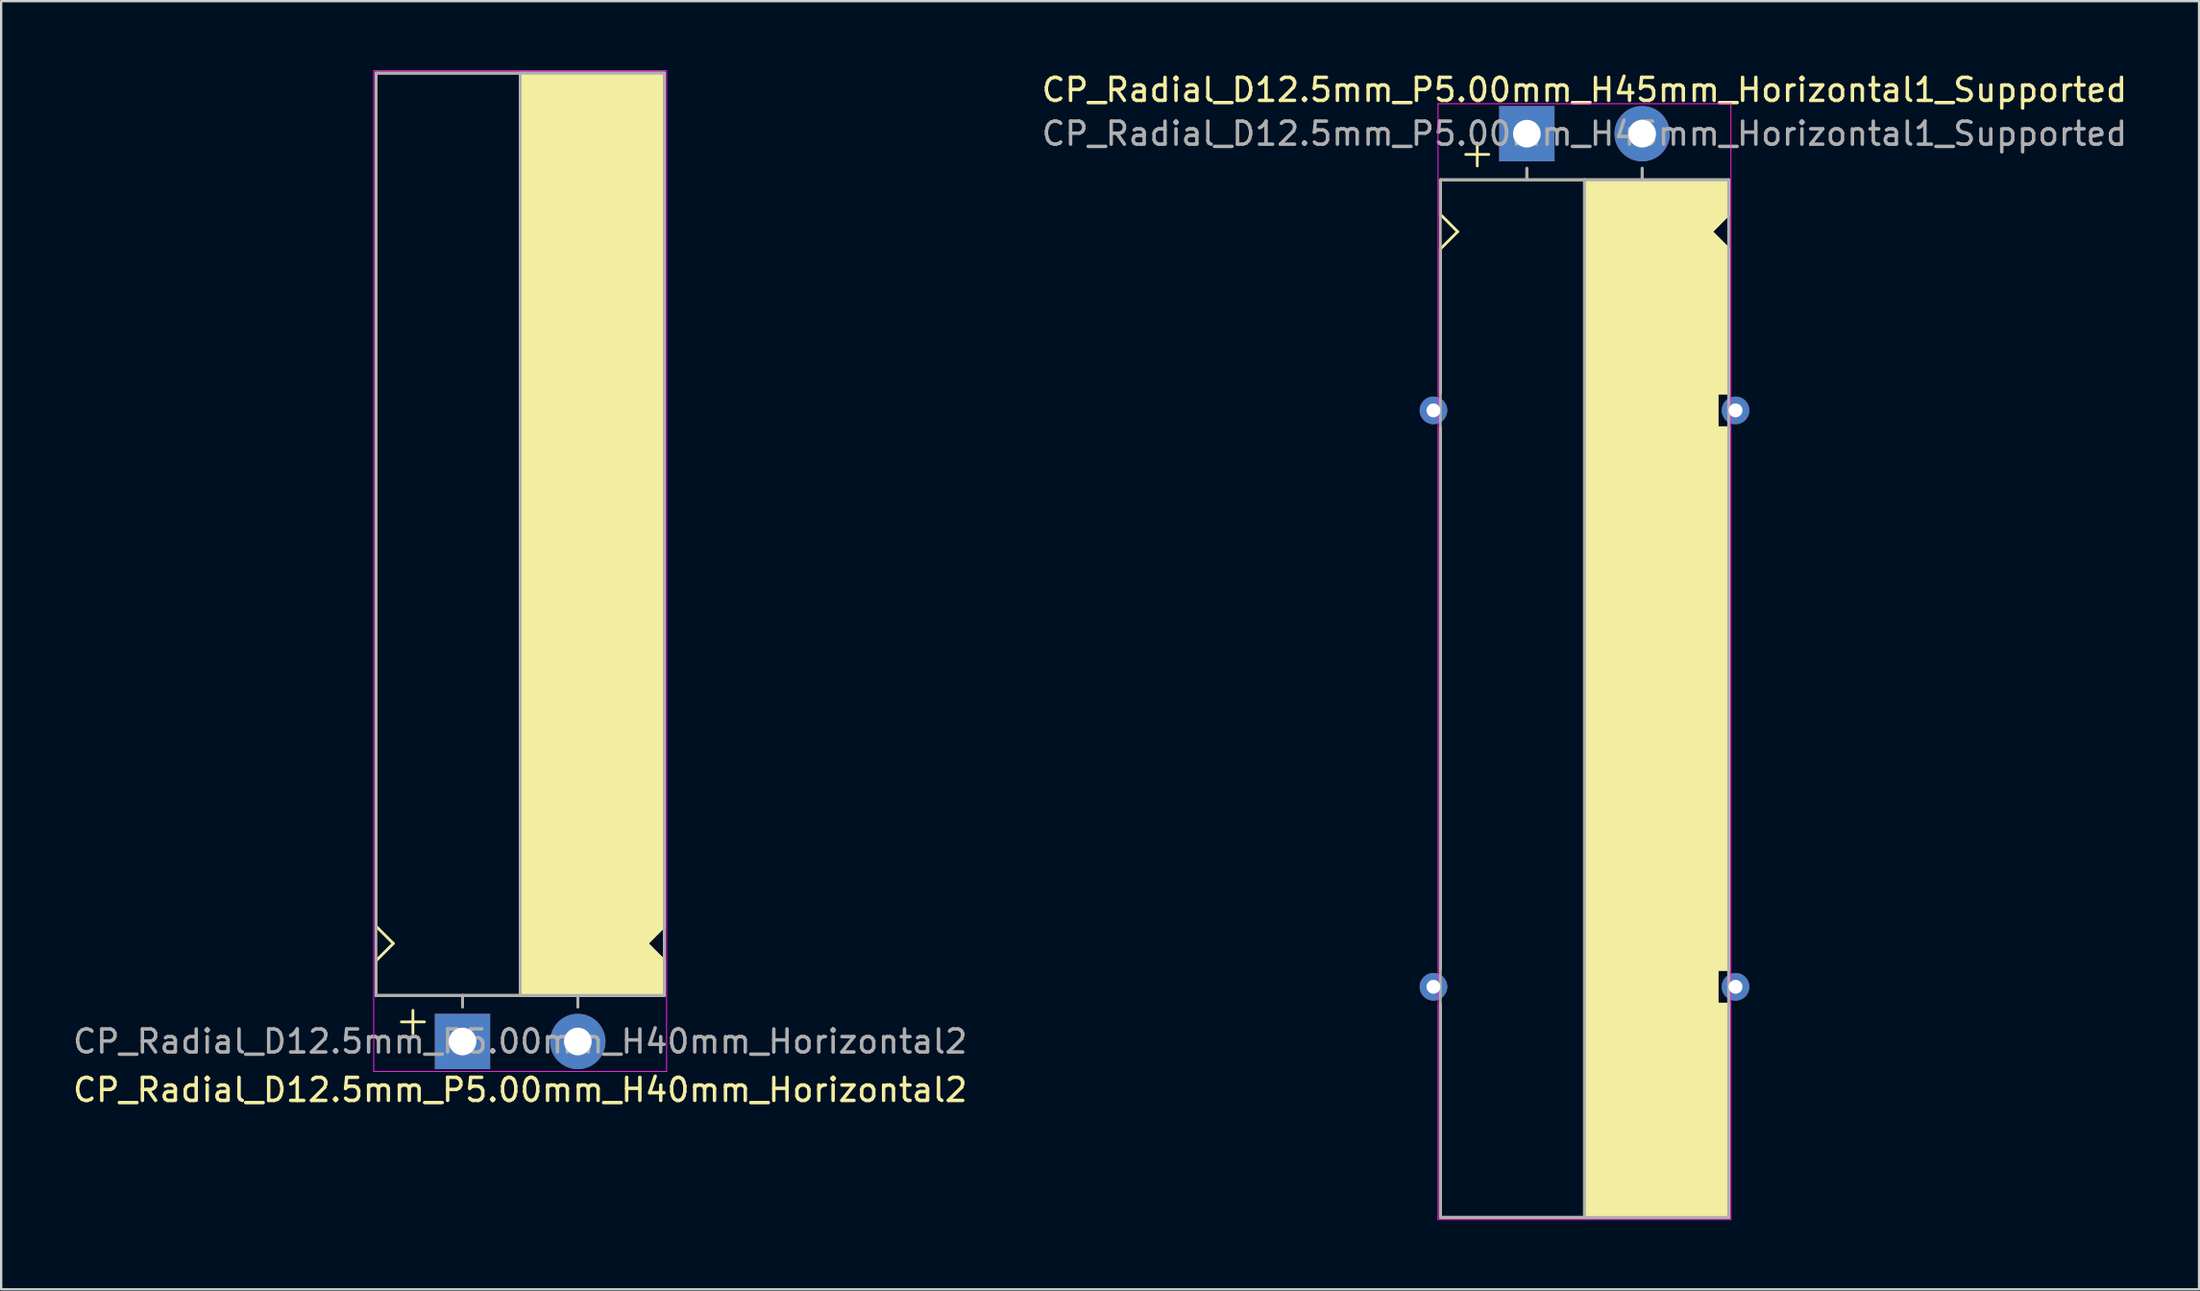
<source format=kicad_pcb>
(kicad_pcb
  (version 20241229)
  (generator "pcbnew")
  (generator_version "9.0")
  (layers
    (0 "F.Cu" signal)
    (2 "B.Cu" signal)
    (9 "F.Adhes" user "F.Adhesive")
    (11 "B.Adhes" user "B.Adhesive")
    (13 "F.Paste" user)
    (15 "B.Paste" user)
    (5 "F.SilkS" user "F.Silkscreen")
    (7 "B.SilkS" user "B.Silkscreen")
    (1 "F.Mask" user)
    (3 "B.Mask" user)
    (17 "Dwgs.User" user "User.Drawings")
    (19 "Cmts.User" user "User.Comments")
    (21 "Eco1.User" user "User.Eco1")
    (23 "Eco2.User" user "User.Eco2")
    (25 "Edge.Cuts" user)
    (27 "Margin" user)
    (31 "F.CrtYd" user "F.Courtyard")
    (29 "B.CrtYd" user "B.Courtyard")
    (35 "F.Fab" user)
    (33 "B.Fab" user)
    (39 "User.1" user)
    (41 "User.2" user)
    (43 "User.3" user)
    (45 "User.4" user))
  (footprint "CP_Radial_D12.5mm_P5.00mm_H45mm_Horizontal1_Supported"
    (layer "F.Cu")
    (at 63.161 2.748)
    (property "Reference" "CP_Radial_D12.5mm_P5.00mm_H45mm_Horizontal1_Supported" (at 2.5 -1.9 180) (layer "F.SilkS") (effects (font (size 1 1) (thickness 0.15))))
    (attr through_hole)
    (fp_line (start -3.75 2) (end -3.75 3.5) (stroke (width 0.12) (type solid)) (layer "F.SilkS"))
    (fp_line (start -3.75 3.5) (end -3 4.25) (stroke (width 0.12) (type solid)) (layer "F.SilkS"))
    (fp_line (start -3.75 5) (end -3.75 11.25) (stroke (width 0.12) (type solid)) (layer "F.SilkS"))
    (fp_line (start -3.75 12.75) (end -3.75 36.25) (stroke (width 0.12) (type solid)) (layer "F.SilkS"))
    (fp_line (start -3.75 47) (end -3.75 37.75) (stroke (width 0.12) (type solid)) (layer "F.SilkS"))
    (fp_line (start -3 4.25) (end -3.75 5) (stroke (width 0.12) (type solid)) (layer "F.SilkS"))
    (fp_line (start -2.15 0.4) (end -2.15 1.4) (stroke (width 0.12) (type solid)) (layer "F.SilkS"))
    (fp_line (start -1.65 0.9) (end -2.65 0.9) (stroke (width 0.12) (type solid)) (layer "F.SilkS"))
    (fp_line (start 0 1.5) (end 0 2) (stroke (width 0.12) (type solid)) (layer "F.SilkS"))
    (fp_line (start 2.5 2) (end -3.75 2) (stroke (width 0.12) (type solid)) (layer "F.SilkS"))
    (fp_line (start 2.5 2) (end 2.5 47) (stroke (width 0.12) (type solid)) (layer "F.SilkS"))
    (fp_line (start 2.5 2) (end 8.75 2) (stroke (width 0.12) (type solid)) (layer "F.SilkS"))
    (fp_line (start 5 1.5) (end 5 2) (stroke (width 0.12) (type solid)) (layer "F.SilkS"))
    (fp_line (start 8 4.25) (end 8.75 5) (stroke (width 0.12) (type solid)) (layer "F.SilkS"))
    (fp_line (start 8.25 11.25) (end 8.75 11.25) (stroke (width 0.12) (type solid)) (layer "F.SilkS"))
    (fp_line (start 8.25 12.75) (end 8.25 11.25) (stroke (width 0.12) (type solid)) (layer "F.SilkS"))
    (fp_line (start 8.25 36.25) (end 8.75 36.25) (stroke (width 0.12) (type solid)) (layer "F.SilkS"))
    (fp_line (start 8.25 37.75) (end 8.25 36.25) (stroke (width 0.12) (type solid)) (layer "F.SilkS"))
    (fp_line (start 8.75 2) (end 8.75 3.5) (stroke (width 0.12) (type solid)) (layer "F.SilkS"))
    (fp_line (start 8.75 3.5) (end 8 4.25) (stroke (width 0.12) (type solid)) (layer "F.SilkS"))
    (fp_line (start 8.75 5) (end 8.75 11.25) (stroke (width 0.12) (type solid)) (layer "F.SilkS"))
    (fp_line (start 8.75 12.75) (end 8.25 12.75) (stroke (width 0.12) (type solid)) (layer "F.SilkS"))
    (fp_line (start 8.75 12.75) (end 8.75 36.25) (stroke (width 0.12) (type solid)) (layer "F.SilkS"))
    (fp_line (start 8.75 37.75) (end 8.25 37.75) (stroke (width 0.12) (type solid)) (layer "F.SilkS"))
    (fp_line (start 8.75 47) (end -3.75 47) (stroke (width 0.12) (type solid)) (layer "F.SilkS"))
    (fp_line (start 8.75 47) (end 8.75 37.75) (stroke (width 0.12) (type solid)) (layer "F.SilkS"))
    (fp_poly (pts (xy 8.75 3.5) (xy 8 4.25) (xy 8.75 5) (xy 8.75 11.25) (xy 8.25 11.25) (xy 8.25 12.75) (xy 8.75 12.75) (xy 8.75 36.25) (xy 8.25 36.25) (xy 8.25 37.75) (xy 8.75 37.75) (xy 8.75 47) (xy 2.5 47) (xy 2.5 2) (xy 8.75 2)) (stroke (width 0.1) (type solid)) (fill yes) (layer "F.SilkS"))
    (fp_line (start -3.85 -1.3) (end 8.85 -1.3) (stroke (width 0.04) (type solid)) (layer "F.CrtYd"))
    (fp_line (start -3.85 47.1) (end -3.85 -1.3) (stroke (width 0.04) (type solid)) (layer "F.CrtYd"))
    (fp_line (start 8.85 -1.3) (end 8.85 47.1) (stroke (width 0.04) (type solid)) (layer "F.CrtYd"))
    (fp_line (start 8.85 47.1) (end -3.85 47.1) (stroke (width 0.04) (type solid)) (layer "F.CrtYd"))
    (fp_line (start -3.75 2) (end -3.75 47) (stroke (width 0.12) (type solid)) (layer "F.Fab"))
    (fp_line (start -3.75 47) (end 8.75 47) (stroke (width 0.12) (type solid)) (layer "F.Fab"))
    (fp_line (start 0 1.5) (end 0 2) (stroke (width 0.12) (type solid)) (layer "F.Fab"))
    (fp_line (start 0 2) (end -3.75 2) (stroke (width 0.12) (type solid)) (layer "F.Fab"))
    (fp_line (start 2.5 2) (end 2.5 47) (stroke (width 0.12) (type solid)) (layer "F.Fab"))
    (fp_line (start 5 2) (end 5 1.5) (stroke (width 0.12) (type solid)) (layer "F.Fab"))
    (fp_line (start 8.75 2) (end 0 2) (stroke (width 0.12) (type solid)) (layer "F.Fab"))
    (fp_line (start 8.75 47) (end 8.75 2) (stroke (width 0.12) (type solid)) (layer "F.Fab"))
    (fp_poly (pts (xy 8.75 47) (xy 2.5 47) (xy 2.5 2) (xy 8.75 2)) (stroke (width 0.1) (type solid)) (fill no) (layer "F.Fab"))
    (fp_text user "${REFERENCE}" (at 2.5 0 0) (layer "F.Fab") (effects (font (size 1 1) (thickness 0.15))))
    (pad "" thru_hole circle (at -4.05 12) (size 1.2 1.2) (drill 0.6) (layers "*.Cu" "*.Mask"))
    (pad "" thru_hole circle (at -4.05 37) (size 1.2 1.2) (drill 0.6) (layers "*.Cu" "*.Mask"))
    (pad "" thru_hole circle (at 9.05 12) (size 1.2 1.2) (drill 0.6) (layers "*.Cu" "*.Mask"))
    (pad "" thru_hole circle (at 9.05 37) (size 1.2 1.2) (drill 0.6) (layers "*.Cu" "*.Mask"))
    (pad "1" thru_hole rect (at 0 0) (size 2.4 2.4) (drill 1.2) (layers "*.Cu" "*.Mask"))
    (pad "2" thru_hole circle (at 5 0) (size 2.4 2.4) (drill 1.2) (layers "*.Cu" "*.Mask")))
  (footprint "CP_Radial_D12.5mm_P5.00mm_H40mm_Horizontal2"
    (layer "F.Cu")
    (at 17.006 42.12)
    (property "Reference" "CP_Radial_D12.5mm_P5.00mm_H40mm_Horizontal2" (at 2.5 2.1 180) (layer "F.SilkS") (effects (font (size 1 1) (thickness 0.15))))
    (attr through_hole)
    (fp_line (start -3.75 -5) (end -3.75 -42) (stroke (width 0.12) (type solid)) (layer "F.SilkS"))
    (fp_line (start -3.75 -3.5) (end -3 -4.25) (stroke (width 0.12) (type solid)) (layer "F.SilkS"))
    (fp_line (start -3.75 -2) (end -3.75 -3.5) (stroke (width 0.12) (type solid)) (layer "F.SilkS"))
    (fp_line (start -3 -4.25) (end -3.75 -5) (stroke (width 0.12) (type solid)) (layer "F.SilkS"))
    (fp_line (start -2.15 -1.35) (end -2.15 -0.35) (stroke (width 0.12) (type solid)) (layer "F.SilkS"))
    (fp_line (start -1.65 -0.85) (end -2.65 -0.85) (stroke (width 0.12) (type solid)) (layer "F.SilkS"))
    (fp_line (start 0 -1.5) (end 0 -2) (stroke (width 0.12) (type solid)) (layer "F.SilkS"))
    (fp_line (start 2.5 -2) (end -3.75 -2) (stroke (width 0.12) (type solid)) (layer "F.SilkS"))
    (fp_line (start 2.5 -2) (end 2.5 -42) (stroke (width 0.12) (type solid)) (layer "F.SilkS"))
    (fp_line (start 2.5 -2) (end 8.75 -2) (stroke (width 0.12) (type solid)) (layer "F.SilkS"))
    (fp_line (start 5 -1.5) (end 5 -2) (stroke (width 0.12) (type solid)) (layer "F.SilkS"))
    (fp_line (start 8 -4.25) (end 8.75 -5) (stroke (width 0.12) (type solid)) (layer "F.SilkS"))
    (fp_line (start 8.75 -42) (end -3.75 -42) (stroke (width 0.12) (type solid)) (layer "F.SilkS"))
    (fp_line (start 8.75 -5) (end 8.75 -42) (stroke (width 0.12) (type solid)) (layer "F.SilkS"))
    (fp_line (start 8.75 -3.5) (end 8 -4.25) (stroke (width 0.12) (type solid)) (layer "F.SilkS"))
    (fp_line (start 8.75 -2) (end 8.75 -3.5) (stroke (width 0.12) (type solid)) (layer "F.SilkS"))
    (fp_poly (pts (xy 8.75 -3.5) (xy 8 -4.25) (xy 8.75 -5) (xy 8.75 -42) (xy 2.5 -42) (xy 2.5 -2) (xy 8.75 -2)) (stroke (width 0.1) (type solid)) (fill yes) (layer "F.SilkS"))
    (fp_line (start -3.85 -42.1) (end -3.85 1.3) (stroke (width 0.04) (type solid)) (layer "F.CrtYd"))
    (fp_line (start 8.85 -42.1) (end -3.85 -42.1) (stroke (width 0.04) (type solid)) (layer "F.CrtYd"))
    (fp_line (start 8.85 1.3) (end -3.85 1.3) (stroke (width 0.04) (type solid)) (layer "F.CrtYd"))
    (fp_line (start 8.85 1.3) (end 8.85 -42.1) (stroke (width 0.04) (type solid)) (layer "F.CrtYd"))
    (fp_line (start -3.75 -42) (end 8.75 -42) (stroke (width 0.12) (type solid)) (layer "F.Fab"))
    (fp_line (start -3.75 -2) (end -3.75 -42) (stroke (width 0.12) (type solid)) (layer "F.Fab"))
    (fp_line (start 0 -2) (end -3.75 -2) (stroke (width 0.12) (type solid)) (layer "F.Fab"))
    (fp_line (start 0 -1.5) (end 0 -2) (stroke (width 0.12) (type solid)) (layer "F.Fab"))
    (fp_line (start 2.5 -2) (end 2.5 -42) (stroke (width 0.12) (type solid)) (layer "F.Fab"))
    (fp_line (start 5 -2) (end 5 -1.5) (stroke (width 0.12) (type solid)) (layer "F.Fab"))
    (fp_line (start 8.75 -42) (end 8.75 -2) (stroke (width 0.12) (type solid)) (layer "F.Fab"))
    (fp_line (start 8.75 -2) (end 0 -2) (stroke (width 0.12) (type solid)) (layer "F.Fab"))
    (fp_poly (pts (xy 8.75 -42) (xy 2.5 -42) (xy 2.5 -2) (xy 8.75 -2)) (stroke (width 0.1) (type solid)) (fill no) (layer "F.Fab"))
    (fp_text user "${REFERENCE}" (at 2.5 0 0) (layer "F.Fab") (effects (font (size 1 1) (thickness 0.15))))
    (pad "1" thru_hole rect (at 0 0) (size 2.4 2.4) (drill 1.2) (layers "*.Cu" "*.Mask"))
    (pad "2" thru_hole circle (at 5 0) (size 2.4 2.4) (drill 1.2) (layers "*.Cu" "*.Mask")))
  (gr_rect
    (start -3 -3)
    (end 92.31 52.868)
    (stroke (width 0.1) (type default))
    (fill no)
    (layer "Edge.Cuts")))
</source>
